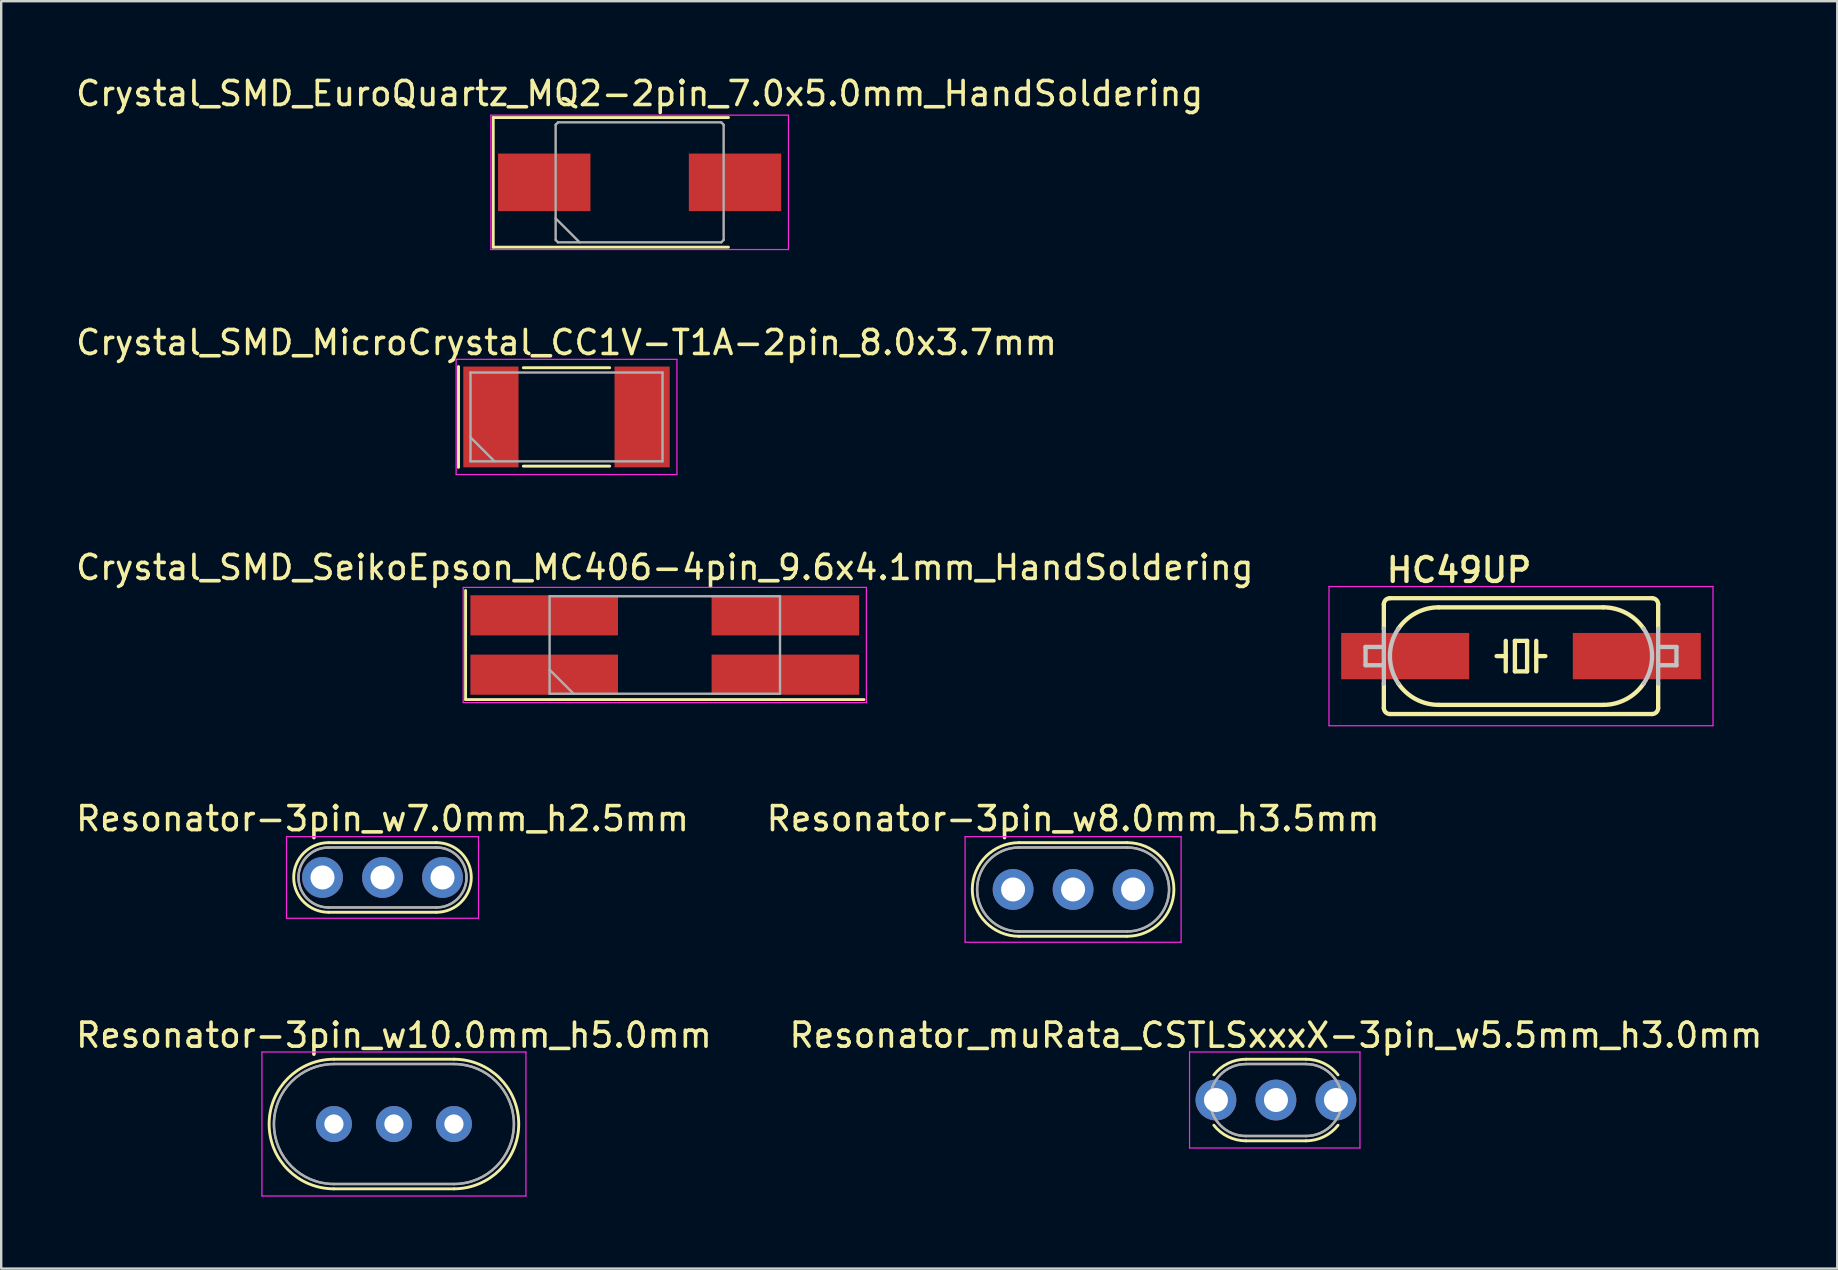
<source format=kicad_pcb>
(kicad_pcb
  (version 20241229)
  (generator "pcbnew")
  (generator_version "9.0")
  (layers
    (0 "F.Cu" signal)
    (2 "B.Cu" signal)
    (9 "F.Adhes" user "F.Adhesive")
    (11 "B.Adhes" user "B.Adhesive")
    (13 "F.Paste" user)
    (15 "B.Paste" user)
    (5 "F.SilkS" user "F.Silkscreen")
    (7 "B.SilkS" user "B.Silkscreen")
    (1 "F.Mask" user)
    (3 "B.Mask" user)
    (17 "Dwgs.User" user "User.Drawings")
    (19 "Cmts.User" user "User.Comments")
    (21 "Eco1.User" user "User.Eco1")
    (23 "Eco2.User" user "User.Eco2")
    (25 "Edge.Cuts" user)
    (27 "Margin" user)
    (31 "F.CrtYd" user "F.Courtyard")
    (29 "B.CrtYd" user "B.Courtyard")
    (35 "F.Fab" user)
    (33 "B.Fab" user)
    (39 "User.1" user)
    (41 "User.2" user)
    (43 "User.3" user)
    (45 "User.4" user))
  (footprint "Crystal_SMD_SeikoEpson_MC406-4pin_9.6x4.1mm_HandSoldering"
    (layer "F.Cu")
    (at 24.649 23.825)
    (property "Reference" "Crystal_SMD_SeikoEpson_MC406-4pin_9.6x4.1mm_HandSoldering" (at 0 -3.23 0) (layer "F.SilkS") (effects (font (size 1 1) (thickness 0.15))))
    (attr smd)
    (fp_line (start -8.3 -2.272) (end -8.3 2.272) (stroke (width 0.12) (type solid)) (layer "F.SilkS"))
    (fp_line (start -8.3 2.272) (end 8.3 2.272) (stroke (width 0.12) (type solid)) (layer "F.SilkS"))
    (fp_line (start -8.4 -2.4) (end -8.4 2.4) (stroke (width 0.05) (type solid)) (layer "F.CrtYd"))
    (fp_line (start -8.4 2.4) (end 8.4 2.4) (stroke (width 0.05) (type solid)) (layer "F.CrtYd"))
    (fp_line (start 8.4 -2.4) (end -8.4 -2.4) (stroke (width 0.05) (type solid)) (layer "F.CrtYd"))
    (fp_line (start 8.4 2.4) (end 8.4 -2.4) (stroke (width 0.05) (type solid)) (layer "F.CrtYd"))
    (fp_line (start -4.8 -2.03) (end -4.8 2.03) (stroke (width 0.1) (type solid)) (layer "F.Fab"))
    (fp_line (start -4.8 1.03) (end -3.8 2.03) (stroke (width 0.1) (type solid)) (layer "F.Fab"))
    (fp_line (start -4.8 2.03) (end 4.8 2.03) (stroke (width 0.1) (type solid)) (layer "F.Fab"))
    (fp_line (start 4.8 -2.03) (end -4.8 -2.03) (stroke (width 0.1) (type solid)) (layer "F.Fab"))
    (fp_line (start 4.8 2.03) (end 4.8 -2.03) (stroke (width 0.1) (type solid)) (layer "F.Fab"))
    (pad "1" smd rect (at -5.025 1.236) (size 6.15 1.672) (layers "F.Cu" "F.Mask"))
    (pad "2" smd rect (at 5.025 1.236) (size 6.15 1.672) (layers "F.Cu" "F.Mask"))
    (pad "3" smd rect (at 5.025 -1.236) (size 6.15 1.672) (layers "F.Cu" "F.Mask"))
    (pad "4" smd rect (at -5.025 -1.236) (size 6.15 1.672) (layers "F.Cu" "F.Mask")))
  (footprint "Resonator-3pin_w7.0mm_h2.5mm"
    (layer "F.Cu")
    (at 10.387 33.51)
    (property "Reference" "Resonator-3pin_w7.0mm_h2.5mm" (at 2.5 -2.45 0) (layer "F.SilkS") (effects (font (size 1 1) (thickness 0.15))))
    (attr through_hole)
    (fp_line (start 0.25 -1.45) (end 4.75 -1.45) (stroke (width 0.12) (type solid)) (layer "F.SilkS"))
    (fp_line (start 0.25 1.45) (end 4.75 1.45) (stroke (width 0.12) (type solid)) (layer "F.SilkS"))
    (fp_arc (start 0.25 1.45) (mid -1.2 0) (end 0.25 -1.45) (stroke (width 0.12) (type solid)) (layer "F.SilkS"))
    (fp_arc (start 4.75 -1.45) (mid 6.2 0) (end 4.75 1.45) (stroke (width 0.12) (type solid)) (layer "F.SilkS"))
    (fp_line (start -1.5 -1.7) (end -1.5 1.7) (stroke (width 0.05) (type solid)) (layer "F.CrtYd"))
    (fp_line (start -1.5 1.7) (end 6.5 1.7) (stroke (width 0.05) (type solid)) (layer "F.CrtYd"))
    (fp_line (start 6.5 -1.7) (end -1.5 -1.7) (stroke (width 0.05) (type solid)) (layer "F.CrtYd"))
    (fp_line (start 6.5 1.7) (end 6.5 -1.7) (stroke (width 0.05) (type solid)) (layer "F.CrtYd"))
    (fp_line (start 0.25 -1.25) (end 4.75 -1.25) (stroke (width 0.1) (type solid)) (layer "F.Fab"))
    (fp_line (start 0.25 -1.25) (end 4.75 -1.25) (stroke (width 0.1) (type solid)) (layer "F.Fab"))
    (fp_line (start 0.25 1.25) (end 4.75 1.25) (stroke (width 0.1) (type solid)) (layer "F.Fab"))
    (fp_line (start 0.25 1.25) (end 4.75 1.25) (stroke (width 0.1) (type solid)) (layer "F.Fab"))
    (fp_arc (start 0.25 1.25) (mid -1 0) (end 0.25 -1.25) (stroke (width 0.1) (type solid)) (layer "F.Fab"))
    (fp_arc (start 0.25 1.25) (mid -1 0) (end 0.25 -1.25) (stroke (width 0.1) (type solid)) (layer "F.Fab"))
    (fp_arc (start 4.75 -1.25) (mid 6 0) (end 4.75 1.25) (stroke (width 0.1) (type solid)) (layer "F.Fab"))
    (fp_arc (start 4.75 -1.25) (mid 6 0) (end 4.75 1.25) (stroke (width 0.1) (type solid)) (layer "F.Fab"))
    (pad "1" thru_hole circle (at 0 0) (size 1.7 1.7) (drill 1) (layers "*.Cu" "*.Mask"))
    (pad "2" thru_hole circle (at 2.5 0) (size 1.7 1.7) (drill 1) (layers "*.Cu" "*.Mask"))
    (pad "3" thru_hole circle (at 5 0) (size 1.7 1.7) (drill 1) (layers "*.Cu" "*.Mask")))
  (footprint "Crystal_SMD_EuroQuartz_MQ2-2pin_7.0x5.0mm_HandSoldering"
    (layer "F.Cu")
    (at 23.601 4.548)
    (property "Reference" "Crystal_SMD_EuroQuartz_MQ2-2pin_7.0x5.0mm_HandSoldering" (at 0 -3.7 0) (layer "F.SilkS") (effects (font (size 1 1) (thickness 0.15))))
    (attr smd)
    (fp_line (start -6.1 -2.7) (end -6.1 2.7) (stroke (width 0.12) (type solid)) (layer "F.SilkS"))
    (fp_line (start -6.1 2.7) (end 3.7 2.7) (stroke (width 0.12) (type solid)) (layer "F.SilkS"))
    (fp_line (start 3.7 -2.7) (end -6.1 -2.7) (stroke (width 0.12) (type solid)) (layer "F.SilkS"))
    (fp_line (start -6.2 -2.8) (end -6.2 2.8) (stroke (width 0.05) (type solid)) (layer "F.CrtYd"))
    (fp_line (start -6.2 2.8) (end 6.2 2.8) (stroke (width 0.05) (type solid)) (layer "F.CrtYd"))
    (fp_line (start 6.2 -2.8) (end -6.2 -2.8) (stroke (width 0.05) (type solid)) (layer "F.CrtYd"))
    (fp_line (start 6.2 2.8) (end 6.2 -2.8) (stroke (width 0.05) (type solid)) (layer "F.CrtYd"))
    (fp_line (start -3.5 -2.4) (end -3.4 -2.5) (stroke (width 0.1) (type solid)) (layer "F.Fab"))
    (fp_line (start -3.5 1.5) (end -2.5 2.5) (stroke (width 0.1) (type solid)) (layer "F.Fab"))
    (fp_line (start -3.5 2.4) (end -3.5 -2.4) (stroke (width 0.1) (type solid)) (layer "F.Fab"))
    (fp_line (start -3.4 -2.5) (end 3.4 -2.5) (stroke (width 0.1) (type solid)) (layer "F.Fab"))
    (fp_line (start -3.4 2.5) (end -3.5 2.4) (stroke (width 0.1) (type solid)) (layer "F.Fab"))
    (fp_line (start 3.4 -2.5) (end 3.5 -2.4) (stroke (width 0.1) (type solid)) (layer "F.Fab"))
    (fp_line (start 3.4 2.5) (end -3.4 2.5) (stroke (width 0.1) (type solid)) (layer "F.Fab"))
    (fp_line (start 3.5 -2.4) (end 3.5 2.4) (stroke (width 0.1) (type solid)) (layer "F.Fab"))
    (fp_line (start 3.5 2.4) (end 3.4 2.5) (stroke (width 0.1) (type solid)) (layer "F.Fab"))
    (pad "1" smd rect (at -3.975 0) (size 3.85 2.4) (layers "F.Cu" "F.Mask"))
    (pad "2" smd rect (at 3.975 0) (size 3.85 2.4) (layers "F.Cu" "F.Mask")))
  (footprint "Resonator-3pin_w8.0mm_h3.5mm"
    (layer "F.Cu")
    (at 39.161 34.01)
    (property "Reference" "Resonator-3pin_w8.0mm_h3.5mm" (at 2.5 -2.95 0) (layer "F.SilkS") (effects (font (size 1 1) (thickness 0.15))))
    (attr through_hole)
    (fp_line (start 0.25 -1.95) (end 4.75 -1.95) (stroke (width 0.12) (type solid)) (layer "F.SilkS"))
    (fp_line (start 0.25 1.95) (end 4.75 1.95) (stroke (width 0.12) (type solid)) (layer "F.SilkS"))
    (fp_arc (start 0.25 1.95) (mid -1.7 0) (end 0.25 -1.95) (stroke (width 0.12) (type solid)) (layer "F.SilkS"))
    (fp_arc (start 4.75 -1.95) (mid 6.7 0) (end 4.75 1.95) (stroke (width 0.12) (type solid)) (layer "F.SilkS"))
    (fp_line (start -2 -2.2) (end -2 2.2) (stroke (width 0.05) (type solid)) (layer "F.CrtYd"))
    (fp_line (start -2 2.2) (end 7 2.2) (stroke (width 0.05) (type solid)) (layer "F.CrtYd"))
    (fp_line (start 7 -2.2) (end -2 -2.2) (stroke (width 0.05) (type solid)) (layer "F.CrtYd"))
    (fp_line (start 7 2.2) (end 7 -2.2) (stroke (width 0.05) (type solid)) (layer "F.CrtYd"))
    (fp_line (start 0.25 -1.75) (end 4.75 -1.75) (stroke (width 0.1) (type solid)) (layer "F.Fab"))
    (fp_line (start 0.25 -1.75) (end 4.75 -1.75) (stroke (width 0.1) (type solid)) (layer "F.Fab"))
    (fp_line (start 0.25 1.75) (end 4.75 1.75) (stroke (width 0.1) (type solid)) (layer "F.Fab"))
    (fp_line (start 0.25 1.75) (end 4.75 1.75) (stroke (width 0.1) (type solid)) (layer "F.Fab"))
    (fp_arc (start 0.25 1.75) (mid -1.5 0) (end 0.25 -1.75) (stroke (width 0.1) (type solid)) (layer "F.Fab"))
    (fp_arc (start 0.25 1.75) (mid -1.5 0) (end 0.25 -1.75) (stroke (width 0.1) (type solid)) (layer "F.Fab"))
    (fp_arc (start 4.75 -1.75) (mid 6.5 0) (end 4.75 1.75) (stroke (width 0.1) (type solid)) (layer "F.Fab"))
    (fp_arc (start 4.75 -1.75) (mid 6.5 0) (end 4.75 1.75) (stroke (width 0.1) (type solid)) (layer "F.Fab"))
    (pad "1" thru_hole circle (at 0 0) (size 1.7 1.7) (drill 1) (layers "*.Cu" "*.Mask"))
    (pad "2" thru_hole circle (at 2.5 0) (size 1.7 1.7) (drill 1) (layers "*.Cu" "*.Mask"))
    (pad "3" thru_hole circle (at 5 0) (size 1.7 1.7) (drill 1) (layers "*.Cu" "*.Mask")))
  (footprint "Resonator-3pin_w10.0mm_h5.0mm"
    (layer "F.Cu")
    (at 10.863 43.783)
    (property "Reference" "Resonator-3pin_w10.0mm_h5.0mm" (at 2.5 -3.7 0) (layer "F.SilkS") (effects (font (size 1 1) (thickness 0.15))))
    (attr through_hole)
    (fp_line (start 0 -2.7) (end 5 -2.7) (stroke (width 0.12) (type solid)) (layer "F.SilkS"))
    (fp_line (start 0 2.7) (end 5 2.7) (stroke (width 0.12) (type solid)) (layer "F.SilkS"))
    (fp_arc (start 0 2.7) (mid -2.7 0) (end 0 -2.7) (stroke (width 0.12) (type solid)) (layer "F.SilkS"))
    (fp_arc (start 5 -2.7) (mid 7.7 0) (end 5 2.7) (stroke (width 0.12) (type solid)) (layer "F.SilkS"))
    (fp_line (start -3 -3) (end -3 3) (stroke (width 0.05) (type solid)) (layer "F.CrtYd"))
    (fp_line (start -3 3) (end 8 3) (stroke (width 0.05) (type solid)) (layer "F.CrtYd"))
    (fp_line (start 8 -3) (end -3 -3) (stroke (width 0.05) (type solid)) (layer "F.CrtYd"))
    (fp_line (start 8 3) (end 8 -3) (stroke (width 0.05) (type solid)) (layer "F.CrtYd"))
    (fp_line (start 0 -2.5) (end 5 -2.5) (stroke (width 0.1) (type solid)) (layer "F.Fab"))
    (fp_line (start 0 -2.5) (end 5 -2.5) (stroke (width 0.1) (type solid)) (layer "F.Fab"))
    (fp_line (start 0 2.5) (end 5 2.5) (stroke (width 0.1) (type solid)) (layer "F.Fab"))
    (fp_line (start 0 2.5) (end 5 2.5) (stroke (width 0.1) (type solid)) (layer "F.Fab"))
    (fp_arc (start 0 2.5) (mid -2.5 0) (end 0 -2.5) (stroke (width 0.1) (type solid)) (layer "F.Fab"))
    (fp_arc (start 0 2.5) (mid -2.5 0) (end 0 -2.5) (stroke (width 0.1) (type solid)) (layer "F.Fab"))
    (fp_arc (start 5 -2.5) (mid 7.5 0) (end 5 2.5) (stroke (width 0.1) (type solid)) (layer "F.Fab"))
    (fp_arc (start 5 -2.5) (mid 7.5 0) (end 5 2.5) (stroke (width 0.1) (type solid)) (layer "F.Fab"))
    (pad "1" thru_hole circle (at 0 0) (size 1.5 1.5) (drill 0.8) (layers "*.Cu" "*.Mask"))
    (pad "2" thru_hole circle (at 2.5 0) (size 1.5 1.5) (drill 0.8) (layers "*.Cu" "*.Mask"))
    (pad "3" thru_hole circle (at 5 0) (size 1.5 1.5) (drill 0.8) (layers "*.Cu" "*.Mask")))
  (footprint "Resonator_muRata_CSTLSxxxX-3pin_w5.5mm_h3.0mm"
    (layer "F.Cu")
    (at 47.613 42.783)
    (property "Reference" "Resonator_muRata_CSTLSxxxX-3pin_w5.5mm_h3.0mm" (at 2.5 -2.7 0) (layer "F.SilkS") (effects (font (size 1 1) (thickness 0.15))))
    (attr through_hole)
    (fp_line (start 1.25 -1.7) (end 3.75 -1.7) (stroke (width 0.12) (type solid)) (layer "F.SilkS"))
    (fp_line (start 1.25 1.7) (end 3.75 1.7) (stroke (width 0.12) (type solid)) (layer "F.SilkS"))
    (fp_arc (start -0.08779 -1.048961) (mid 0.506102 -1.5286) (end 1.25 -1.7) (stroke (width 0.12) (type solid)) (layer "F.SilkS"))
    (fp_arc (start 1.25 1.7) (mid 0.506103 1.5286) (end -0.08779 1.048961) (stroke (width 0.12) (type solid)) (layer "F.SilkS"))
    (fp_arc (start 3.75 -1.7) (mid 4.493897 -1.5286) (end 5.08779 -1.048961) (stroke (width 0.12) (type solid)) (layer "F.SilkS"))
    (fp_arc (start 5.08779 1.048961) (mid 4.493898 1.5286) (end 3.75 1.7) (stroke (width 0.12) (type solid)) (layer "F.SilkS"))
    (fp_line (start -1.1 -2) (end -1.1 2) (stroke (width 0.05) (type solid)) (layer "F.CrtYd"))
    (fp_line (start -1.1 2) (end 6 2) (stroke (width 0.05) (type solid)) (layer "F.CrtYd"))
    (fp_line (start 6 -2) (end -1.1 -2) (stroke (width 0.05) (type solid)) (layer "F.CrtYd"))
    (fp_line (start 6 2) (end 6 -2) (stroke (width 0.05) (type solid)) (layer "F.CrtYd"))
    (fp_line (start 1.25 -1.5) (end 3.75 -1.5) (stroke (width 0.1) (type solid)) (layer "F.Fab"))
    (fp_line (start 1.25 -1.5) (end 3.75 -1.5) (stroke (width 0.1) (type solid)) (layer "F.Fab"))
    (fp_line (start 1.25 1.5) (end 3.75 1.5) (stroke (width 0.1) (type solid)) (layer "F.Fab"))
    (fp_line (start 1.25 1.5) (end 3.75 1.5) (stroke (width 0.1) (type solid)) (layer "F.Fab"))
    (fp_arc (start 1.25 1.5) (mid -0.25 0) (end 1.25 -1.5) (stroke (width 0.1) (type solid)) (layer "F.Fab"))
    (fp_arc (start 1.25 1.5) (mid -0.25 0) (end 1.25 -1.5) (stroke (width 0.1) (type solid)) (layer "F.Fab"))
    (fp_arc (start 3.75 -1.5) (mid 5.25 0) (end 3.75 1.5) (stroke (width 0.1) (type solid)) (layer "F.Fab"))
    (fp_arc (start 3.75 -1.5) (mid 5.25 0) (end 3.75 1.5) (stroke (width 0.1) (type solid)) (layer "F.Fab"))
    (pad "1" thru_hole circle (at 0 0) (size 1.7 1.7) (drill 1) (layers "*.Cu" "*.Mask"))
    (pad "2" thru_hole circle (at 2.5 0) (size 1.7 1.7) (drill 1) (layers "*.Cu" "*.Mask"))
    (pad "3" thru_hole circle (at 5 0) (size 1.7 1.7) (drill 1) (layers "*.Cu" "*.Mask")))
  (footprint "HC49UP"
    (layer "F.Cu")
    (at 60.323 24.287)
    (property "Reference" "HC49UP" (at -5.7 -3 0) (layer "F.SilkS") (effects (font (size 1 1) (thickness 0.18)) (justify left bottom)))
    (attr through_hole)
    (fp_line (start -5.715 -1.143) (end -5.715 -2.159) (stroke (width 0.18) (type solid)) (layer "F.SilkS"))
    (fp_line (start -5.715 2.159) (end -5.715 1.143) (stroke (width 0.18) (type solid)) (layer "F.SilkS"))
    (fp_line (start -3.429 -2.032) (end 3.429 -2.032) (stroke (width 0.18) (type solid)) (layer "F.SilkS"))
    (fp_line (start -0.635 -0.635) (end -0.635 0) (stroke (width 0.18) (type solid)) (layer "F.SilkS"))
    (fp_line (start -0.635 0) (end -1.016 0) (stroke (width 0.18) (type solid)) (layer "F.SilkS"))
    (fp_line (start -0.635 0) (end -0.635 0.635) (stroke (width 0.18) (type solid)) (layer "F.SilkS"))
    (fp_line (start -0.254 -0.635) (end -0.254 0.635) (stroke (width 0.18) (type solid)) (layer "F.SilkS"))
    (fp_line (start -0.254 0.635) (end 0.254 0.635) (stroke (width 0.18) (type solid)) (layer "F.SilkS"))
    (fp_line (start 0.254 -0.635) (end -0.254 -0.635) (stroke (width 0.18) (type solid)) (layer "F.SilkS"))
    (fp_line (start 0.254 0.635) (end 0.254 -0.635) (stroke (width 0.18) (type solid)) (layer "F.SilkS"))
    (fp_line (start 0.635 -0.635) (end 0.635 0) (stroke (width 0.18) (type solid)) (layer "F.SilkS"))
    (fp_line (start 0.635 0) (end 0.635 0.635) (stroke (width 0.18) (type solid)) (layer "F.SilkS"))
    (fp_line (start 0.635 0) (end 1.016 0) (stroke (width 0.18) (type solid)) (layer "F.SilkS"))
    (fp_line (start 3.429 2.032) (end -3.429 2.032) (stroke (width 0.18) (type solid)) (layer "F.SilkS"))
    (fp_line (start 5.461 -2.413) (end -5.461 -2.413) (stroke (width 0.18) (type solid)) (layer "F.SilkS"))
    (fp_line (start 5.461 2.413) (end -5.461 2.413) (stroke (width 0.18) (type solid)) (layer "F.SilkS"))
    (fp_line (start 5.715 -1.143) (end 5.715 -2.159) (stroke (width 0.18) (type solid)) (layer "F.SilkS"))
    (fp_line (start 5.715 2.159) (end 5.715 1.143) (stroke (width 0.18) (type solid)) (layer "F.SilkS"))
    (fp_arc (start -5.715 -2.159) (mid -5.640605 -2.338605) (end -5.461 -2.413) (stroke (width 0.18) (type solid)) (layer "F.SilkS"))
    (fp_arc (start -5.461 2.413) (mid -5.640605 2.338605) (end -5.715 2.159) (stroke (width 0.18) (type solid)) (layer "F.SilkS"))
    (fp_arc (start -5.1091 -1.143) (mid -4.379417 -1.796107) (end -3.429 -2.032101) (stroke (width 0.18) (type solid)) (layer "F.SilkS"))
    (fp_arc (start -3.429 2.032001) (mid -4.379408 1.796063) (end -5.1091 1.143) (stroke (width 0.18) (type solid)) (layer "F.SilkS"))
    (fp_arc (start 3.429 -2.032) (mid 4.379408 -1.796062) (end 5.1091 -1.142999) (stroke (width 0.18) (type solid)) (layer "F.SilkS"))
    (fp_arc (start 5.109 1.142899) (mid 4.379368 1.795994) (end 3.429 2.032) (stroke (width 0.18) (type solid)) (layer "F.SilkS"))
    (fp_arc (start 5.461 -2.413) (mid 5.640605 -2.338605) (end 5.715 -2.159) (stroke (width 0.18) (type solid)) (layer "F.SilkS"))
    (fp_arc (start 5.715 2.159) (mid 5.640605 2.338605) (end 5.461 2.413) (stroke (width 0.18) (type solid)) (layer "F.SilkS"))
    (fp_line (start -6.477 0.381) (end -6.477 -0.381) (stroke (width 0.18) (type solid)) (layer "Dwgs.User"))
    (fp_line (start -5.715 -0.381) (end -6.477 -0.381) (stroke (width 0.18) (type solid)) (layer "Dwgs.User"))
    (fp_line (start -5.715 -0.381) (end -5.715 -1.143) (stroke (width 0.18) (type solid)) (layer "Dwgs.User"))
    (fp_line (start -5.715 0.381) (end -6.477 0.381) (stroke (width 0.18) (type solid)) (layer "Dwgs.User"))
    (fp_line (start -5.715 0.381) (end -5.715 -0.381) (stroke (width 0.18) (type solid)) (layer "Dwgs.User"))
    (fp_line (start -5.715 1.143) (end -5.715 0.381) (stroke (width 0.18) (type solid)) (layer "Dwgs.User"))
    (fp_line (start 5.715 -0.381) (end 6.477 -0.381) (stroke (width 0.18) (type solid)) (layer "Dwgs.User"))
    (fp_line (start 5.715 0.381) (end 6.477 0.381) (stroke (width 0.18) (type solid)) (layer "Dwgs.User"))
    (fp_line (start 5.715 1.143) (end 5.715 -1.143) (stroke (width 0.18) (type solid)) (layer "Dwgs.User"))
    (fp_line (start 6.477 0.381) (end 6.477 -0.381) (stroke (width 0.18) (type solid)) (layer "Dwgs.User"))
    (fp_arc (start -5.1091 1.143) (mid -5.46104 0) (end -5.1091 -1.143) (stroke (width 0.18) (type solid)) (layer "Dwgs.User"))
    (fp_arc (start 5.1091 -1.143) (mid 5.46104 0) (end 5.1091 1.143) (stroke (width 0.18) (type solid)) (layer "Dwgs.User"))
    (fp_line (start -8 -2.9) (end 8 -2.9) (stroke (width 0.05) (type solid)) (layer "F.CrtYd"))
    (fp_line (start -8 2.9) (end -8 -2.9) (stroke (width 0.05) (type solid)) (layer "F.CrtYd"))
    (fp_line (start 8 -2.9) (end 8 2.9) (stroke (width 0.05) (type solid)) (layer "F.CrtYd"))
    (fp_line (start 8 2.9) (end -8 2.9) (stroke (width 0.05) (type solid)) (layer "F.CrtYd"))
    (pad "1" smd rect (at -4.826 0) (size 5.334 1.93) (layers "F.Cu" "F.Mask" "F.Paste"))
    (pad "2" smd rect (at 4.826 0) (size 5.334 1.93) (layers "F.Cu" "F.Mask" "F.Paste")))
  (footprint "Crystal_SMD_MicroCrystal_CC1V-T1A-2pin_8.0x3.7mm"
    (layer "F.Cu")
    (at 20.554 14.322)
    (property "Reference" "Crystal_SMD_MicroCrystal_CC1V-T1A-2pin_8.0x3.7mm" (at 0 -3.1 0) (layer "F.SilkS") (effects (font (size 1 1) (thickness 0.15))))
    (attr smd)
    (fp_line (start -4.5 -2.1) (end -4.5 2.1) (stroke (width 0.12) (type solid)) (layer "F.SilkS"))
    (fp_line (start -1.8 -2.05) (end 1.8 -2.05) (stroke (width 0.12) (type solid)) (layer "F.SilkS"))
    (fp_line (start -1.8 2.05) (end 1.8 2.05) (stroke (width 0.12) (type solid)) (layer "F.SilkS"))
    (fp_line (start -4.6 -2.4) (end -4.6 2.4) (stroke (width 0.05) (type solid)) (layer "F.CrtYd"))
    (fp_line (start -4.6 2.4) (end 4.6 2.4) (stroke (width 0.05) (type solid)) (layer "F.CrtYd"))
    (fp_line (start 4.6 -2.4) (end -4.6 -2.4) (stroke (width 0.05) (type solid)) (layer "F.CrtYd"))
    (fp_line (start 4.6 2.4) (end 4.6 -2.4) (stroke (width 0.05) (type solid)) (layer "F.CrtYd"))
    (fp_line (start -4 -1.85) (end -4 1.85) (stroke (width 0.1) (type solid)) (layer "F.Fab"))
    (fp_line (start -4 0.85) (end -3 1.85) (stroke (width 0.1) (type solid)) (layer "F.Fab"))
    (fp_line (start -4 1.85) (end 4 1.85) (stroke (width 0.1) (type solid)) (layer "F.Fab"))
    (fp_line (start 4 -1.85) (end -4 -1.85) (stroke (width 0.1) (type solid)) (layer "F.Fab"))
    (fp_line (start 4 1.85) (end 4 -1.85) (stroke (width 0.1) (type solid)) (layer "F.Fab"))
    (pad "1" smd rect (at -3.15 0) (size 2.3 4.2) (layers "F.Cu" "F.Mask"))
    (pad "2" smd rect (at 3.15 0) (size 2.3 4.2) (layers "F.Cu" "F.Mask")))
  (gr_rect
    (start -3 -3)
    (end 73.5 49.808)
    (stroke (width 0.1) (type default))
    (fill no)
    (layer "Edge.Cuts")))
</source>
